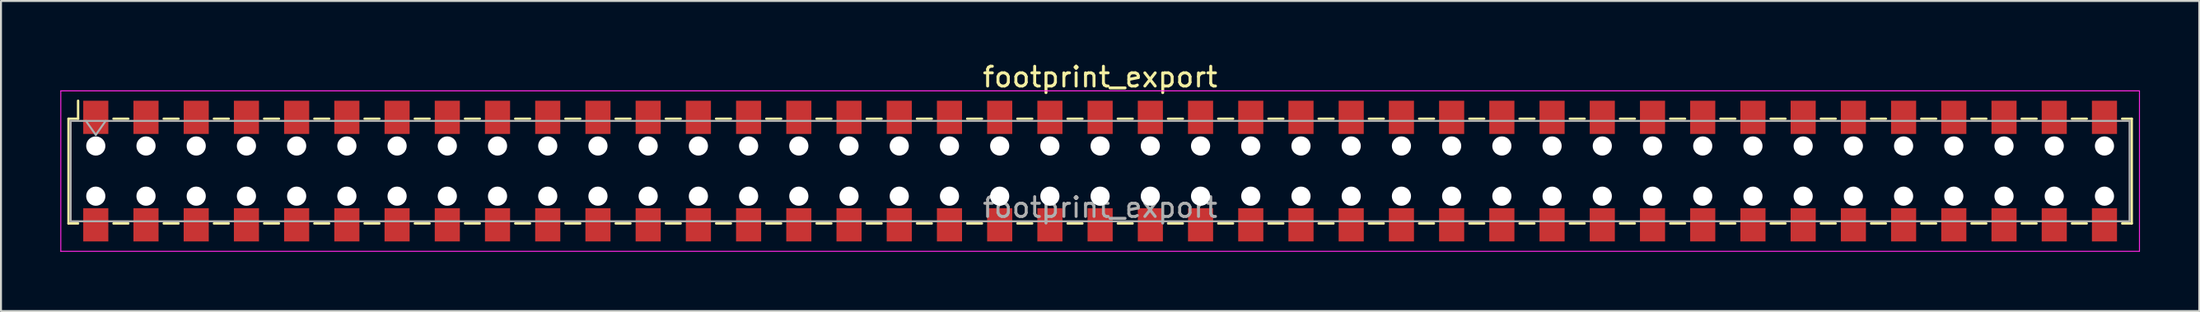
<source format=kicad_pcb>
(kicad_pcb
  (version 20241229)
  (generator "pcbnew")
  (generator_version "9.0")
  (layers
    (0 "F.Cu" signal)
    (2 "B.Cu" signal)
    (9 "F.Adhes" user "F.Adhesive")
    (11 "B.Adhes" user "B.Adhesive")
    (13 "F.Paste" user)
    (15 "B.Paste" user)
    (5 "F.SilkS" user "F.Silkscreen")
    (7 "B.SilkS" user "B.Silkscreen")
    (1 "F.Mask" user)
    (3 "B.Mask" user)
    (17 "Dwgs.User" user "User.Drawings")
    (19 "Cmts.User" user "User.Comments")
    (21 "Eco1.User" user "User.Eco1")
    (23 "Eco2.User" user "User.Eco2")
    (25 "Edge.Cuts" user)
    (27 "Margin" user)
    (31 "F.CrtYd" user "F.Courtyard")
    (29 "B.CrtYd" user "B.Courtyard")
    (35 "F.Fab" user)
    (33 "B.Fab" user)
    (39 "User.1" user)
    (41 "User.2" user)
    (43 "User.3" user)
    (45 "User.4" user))
  (footprint "footprint_export"
    (layer "F.Cu")
    (at 52.595 5.608)
    (property "Reference" "footprint_export" (at 0 -4.76 0) (layer "F.SilkS") (effects (font (size 1 1) (thickness 0.15))))
    (attr smd)
    (fp_line (start -52.18 -2.65) (end -52.18 2.65) (stroke (width 0.12) (type solid)) (layer "F.SilkS"))
    (fp_line (start -52.18 2.65) (end -51.695 2.65) (stroke (width 0.12) (type solid)) (layer "F.SilkS"))
    (fp_line (start -51.695 -3.56) (end -51.695 -2.65) (stroke (width 0.12) (type solid)) (layer "F.SilkS"))
    (fp_line (start -51.695 -2.65) (end -52.18 -2.65) (stroke (width 0.12) (type solid)) (layer "F.SilkS"))
    (fp_line (start -49.905 -2.65) (end -49.155 -2.65) (stroke (width 0.12) (type solid)) (layer "F.SilkS"))
    (fp_line (start -49.905 2.65) (end -49.155 2.65) (stroke (width 0.12) (type solid)) (layer "F.SilkS"))
    (fp_line (start -47.365 -2.65) (end -46.615 -2.65) (stroke (width 0.12) (type solid)) (layer "F.SilkS"))
    (fp_line (start -47.365 2.65) (end -46.615 2.65) (stroke (width 0.12) (type solid)) (layer "F.SilkS"))
    (fp_line (start -44.825 -2.65) (end -44.075 -2.65) (stroke (width 0.12) (type solid)) (layer "F.SilkS"))
    (fp_line (start -44.825 2.65) (end -44.075 2.65) (stroke (width 0.12) (type solid)) (layer "F.SilkS"))
    (fp_line (start -42.285 -2.65) (end -41.535 -2.65) (stroke (width 0.12) (type solid)) (layer "F.SilkS"))
    (fp_line (start -42.285 2.65) (end -41.535 2.65) (stroke (width 0.12) (type solid)) (layer "F.SilkS"))
    (fp_line (start -39.745 -2.65) (end -38.995 -2.65) (stroke (width 0.12) (type solid)) (layer "F.SilkS"))
    (fp_line (start -39.745 2.65) (end -38.995 2.65) (stroke (width 0.12) (type solid)) (layer "F.SilkS"))
    (fp_line (start -37.205 -2.65) (end -36.455 -2.65) (stroke (width 0.12) (type solid)) (layer "F.SilkS"))
    (fp_line (start -37.205 2.65) (end -36.455 2.65) (stroke (width 0.12) (type solid)) (layer "F.SilkS"))
    (fp_line (start -34.665 -2.65) (end -33.915 -2.65) (stroke (width 0.12) (type solid)) (layer "F.SilkS"))
    (fp_line (start -34.665 2.65) (end -33.915 2.65) (stroke (width 0.12) (type solid)) (layer "F.SilkS"))
    (fp_line (start -32.125 -2.65) (end -31.375 -2.65) (stroke (width 0.12) (type solid)) (layer "F.SilkS"))
    (fp_line (start -32.125 2.65) (end -31.375 2.65) (stroke (width 0.12) (type solid)) (layer "F.SilkS"))
    (fp_line (start -29.585 -2.65) (end -28.835 -2.65) (stroke (width 0.12) (type solid)) (layer "F.SilkS"))
    (fp_line (start -29.585 2.65) (end -28.835 2.65) (stroke (width 0.12) (type solid)) (layer "F.SilkS"))
    (fp_line (start -27.045 -2.65) (end -26.295 -2.65) (stroke (width 0.12) (type solid)) (layer "F.SilkS"))
    (fp_line (start -27.045 2.65) (end -26.295 2.65) (stroke (width 0.12) (type solid)) (layer "F.SilkS"))
    (fp_line (start -24.505 -2.65) (end -23.755 -2.65) (stroke (width 0.12) (type solid)) (layer "F.SilkS"))
    (fp_line (start -24.505 2.65) (end -23.755 2.65) (stroke (width 0.12) (type solid)) (layer "F.SilkS"))
    (fp_line (start -21.965 -2.65) (end -21.215 -2.65) (stroke (width 0.12) (type solid)) (layer "F.SilkS"))
    (fp_line (start -21.965 2.65) (end -21.215 2.65) (stroke (width 0.12) (type solid)) (layer "F.SilkS"))
    (fp_line (start -19.425 -2.65) (end -18.675 -2.65) (stroke (width 0.12) (type solid)) (layer "F.SilkS"))
    (fp_line (start -19.425 2.65) (end -18.675 2.65) (stroke (width 0.12) (type solid)) (layer "F.SilkS"))
    (fp_line (start -16.885 -2.65) (end -16.135 -2.65) (stroke (width 0.12) (type solid)) (layer "F.SilkS"))
    (fp_line (start -16.885 2.65) (end -16.135 2.65) (stroke (width 0.12) (type solid)) (layer "F.SilkS"))
    (fp_line (start -14.345 -2.65) (end -13.595 -2.65) (stroke (width 0.12) (type solid)) (layer "F.SilkS"))
    (fp_line (start -14.345 2.65) (end -13.595 2.65) (stroke (width 0.12) (type solid)) (layer "F.SilkS"))
    (fp_line (start -11.805 -2.65) (end -11.055 -2.65) (stroke (width 0.12) (type solid)) (layer "F.SilkS"))
    (fp_line (start -11.805 2.65) (end -11.055 2.65) (stroke (width 0.12) (type solid)) (layer "F.SilkS"))
    (fp_line (start -9.265 -2.65) (end -8.515 -2.65) (stroke (width 0.12) (type solid)) (layer "F.SilkS"))
    (fp_line (start -9.265 2.65) (end -8.515 2.65) (stroke (width 0.12) (type solid)) (layer "F.SilkS"))
    (fp_line (start -6.725 -2.65) (end -5.975 -2.65) (stroke (width 0.12) (type solid)) (layer "F.SilkS"))
    (fp_line (start -6.725 2.65) (end -5.975 2.65) (stroke (width 0.12) (type solid)) (layer "F.SilkS"))
    (fp_line (start -4.185 -2.65) (end -3.435 -2.65) (stroke (width 0.12) (type solid)) (layer "F.SilkS"))
    (fp_line (start -4.185 2.65) (end -3.435 2.65) (stroke (width 0.12) (type solid)) (layer "F.SilkS"))
    (fp_line (start -1.645 -2.65) (end -0.895 -2.65) (stroke (width 0.12) (type solid)) (layer "F.SilkS"))
    (fp_line (start -1.645 2.65) (end -0.895 2.65) (stroke (width 0.12) (type solid)) (layer "F.SilkS"))
    (fp_line (start 0.895 -2.65) (end 1.645 -2.65) (stroke (width 0.12) (type solid)) (layer "F.SilkS"))
    (fp_line (start 0.895 2.65) (end 1.645 2.65) (stroke (width 0.12) (type solid)) (layer "F.SilkS"))
    (fp_line (start 3.435 -2.65) (end 4.185 -2.65) (stroke (width 0.12) (type solid)) (layer "F.SilkS"))
    (fp_line (start 3.435 2.65) (end 4.185 2.65) (stroke (width 0.12) (type solid)) (layer "F.SilkS"))
    (fp_line (start 5.975 -2.65) (end 6.725 -2.65) (stroke (width 0.12) (type solid)) (layer "F.SilkS"))
    (fp_line (start 5.975 2.65) (end 6.725 2.65) (stroke (width 0.12) (type solid)) (layer "F.SilkS"))
    (fp_line (start 8.515 -2.65) (end 9.265 -2.65) (stroke (width 0.12) (type solid)) (layer "F.SilkS"))
    (fp_line (start 8.515 2.65) (end 9.265 2.65) (stroke (width 0.12) (type solid)) (layer "F.SilkS"))
    (fp_line (start 11.055 -2.65) (end 11.805 -2.65) (stroke (width 0.12) (type solid)) (layer "F.SilkS"))
    (fp_line (start 11.055 2.65) (end 11.805 2.65) (stroke (width 0.12) (type solid)) (layer "F.SilkS"))
    (fp_line (start 13.595 -2.65) (end 14.345 -2.65) (stroke (width 0.12) (type solid)) (layer "F.SilkS"))
    (fp_line (start 13.595 2.65) (end 14.345 2.65) (stroke (width 0.12) (type solid)) (layer "F.SilkS"))
    (fp_line (start 16.135 -2.65) (end 16.885 -2.65) (stroke (width 0.12) (type solid)) (layer "F.SilkS"))
    (fp_line (start 16.135 2.65) (end 16.885 2.65) (stroke (width 0.12) (type solid)) (layer "F.SilkS"))
    (fp_line (start 18.675 -2.65) (end 19.425 -2.65) (stroke (width 0.12) (type solid)) (layer "F.SilkS"))
    (fp_line (start 18.675 2.65) (end 19.425 2.65) (stroke (width 0.12) (type solid)) (layer "F.SilkS"))
    (fp_line (start 21.215 -2.65) (end 21.965 -2.65) (stroke (width 0.12) (type solid)) (layer "F.SilkS"))
    (fp_line (start 21.215 2.65) (end 21.965 2.65) (stroke (width 0.12) (type solid)) (layer "F.SilkS"))
    (fp_line (start 23.755 -2.65) (end 24.505 -2.65) (stroke (width 0.12) (type solid)) (layer "F.SilkS"))
    (fp_line (start 23.755 2.65) (end 24.505 2.65) (stroke (width 0.12) (type solid)) (layer "F.SilkS"))
    (fp_line (start 26.295 -2.65) (end 27.045 -2.65) (stroke (width 0.12) (type solid)) (layer "F.SilkS"))
    (fp_line (start 26.295 2.65) (end 27.045 2.65) (stroke (width 0.12) (type solid)) (layer "F.SilkS"))
    (fp_line (start 28.835 -2.65) (end 29.585 -2.65) (stroke (width 0.12) (type solid)) (layer "F.SilkS"))
    (fp_line (start 28.835 2.65) (end 29.585 2.65) (stroke (width 0.12) (type solid)) (layer "F.SilkS"))
    (fp_line (start 31.375 -2.65) (end 32.125 -2.65) (stroke (width 0.12) (type solid)) (layer "F.SilkS"))
    (fp_line (start 31.375 2.65) (end 32.125 2.65) (stroke (width 0.12) (type solid)) (layer "F.SilkS"))
    (fp_line (start 33.915 -2.65) (end 34.665 -2.65) (stroke (width 0.12) (type solid)) (layer "F.SilkS"))
    (fp_line (start 33.915 2.65) (end 34.665 2.65) (stroke (width 0.12) (type solid)) (layer "F.SilkS"))
    (fp_line (start 36.455 -2.65) (end 37.205 -2.65) (stroke (width 0.12) (type solid)) (layer "F.SilkS"))
    (fp_line (start 36.455 2.65) (end 37.205 2.65) (stroke (width 0.12) (type solid)) (layer "F.SilkS"))
    (fp_line (start 38.995 -2.65) (end 39.745 -2.65) (stroke (width 0.12) (type solid)) (layer "F.SilkS"))
    (fp_line (start 38.995 2.65) (end 39.745 2.65) (stroke (width 0.12) (type solid)) (layer "F.SilkS"))
    (fp_line (start 41.535 -2.65) (end 42.285 -2.65) (stroke (width 0.12) (type solid)) (layer "F.SilkS"))
    (fp_line (start 41.535 2.65) (end 42.285 2.65) (stroke (width 0.12) (type solid)) (layer "F.SilkS"))
    (fp_line (start 44.075 -2.65) (end 44.825 -2.65) (stroke (width 0.12) (type solid)) (layer "F.SilkS"))
    (fp_line (start 44.075 2.65) (end 44.825 2.65) (stroke (width 0.12) (type solid)) (layer "F.SilkS"))
    (fp_line (start 46.615 -2.65) (end 47.365 -2.65) (stroke (width 0.12) (type solid)) (layer "F.SilkS"))
    (fp_line (start 46.615 2.65) (end 47.365 2.65) (stroke (width 0.12) (type solid)) (layer "F.SilkS"))
    (fp_line (start 49.155 -2.65) (end 49.905 -2.65) (stroke (width 0.12) (type solid)) (layer "F.SilkS"))
    (fp_line (start 49.155 2.65) (end 49.905 2.65) (stroke (width 0.12) (type solid)) (layer "F.SilkS"))
    (fp_line (start 51.695 -2.65) (end 52.18 -2.65) (stroke (width 0.12) (type solid)) (layer "F.SilkS"))
    (fp_line (start 52.18 -2.65) (end 52.18 2.65) (stroke (width 0.12) (type solid)) (layer "F.SilkS"))
    (fp_line (start 52.18 2.65) (end 51.695 2.65) (stroke (width 0.12) (type solid)) (layer "F.SilkS"))
    (fp_line (start -52.57 -4.06) (end 52.57 -4.06) (stroke (width 0.05) (type solid)) (layer "F.CrtYd"))
    (fp_line (start -52.57 4.06) (end -52.57 -4.06) (stroke (width 0.05) (type solid)) (layer "F.CrtYd"))
    (fp_line (start 52.57 -4.06) (end 52.57 4.06) (stroke (width 0.05) (type solid)) (layer "F.CrtYd"))
    (fp_line (start 52.57 4.06) (end -52.57 4.06) (stroke (width 0.05) (type solid)) (layer "F.CrtYd"))
    (fp_line (start -52.07 -2.54) (end 52.07 -2.54) (stroke (width 0.1) (type solid)) (layer "F.Fab"))
    (fp_line (start -52.07 2.54) (end -52.07 -2.54) (stroke (width 0.1) (type solid)) (layer "F.Fab"))
    (fp_line (start -51.3 -2.54) (end -50.8 -1.833) (stroke (width 0.1) (type solid)) (layer "F.Fab"))
    (fp_line (start -50.8 -1.833) (end -50.3 -2.54) (stroke (width 0.1) (type solid)) (layer "F.Fab"))
    (fp_line (start 52.07 -2.54) (end 52.07 2.54) (stroke (width 0.1) (type solid)) (layer "F.Fab"))
    (fp_line (start 52.07 2.54) (end -52.07 2.54) (stroke (width 0.1) (type solid)) (layer "F.Fab"))
    (fp_text user "${REFERENCE}" (at 0 1.84 0) (layer "F.Fab") (effects (font (size 1 1) (thickness 0.15))))
    (pad "" np_thru_hole circle (at -50.8 -1.27) (size 0.97 0.97) (drill 0.97) (layers "*.Cu" "*.Mask"))
    (pad "" np_thru_hole circle (at -50.8 1.27) (size 0.97 0.97) (drill 0.97) (layers "*.Cu" "*.Mask"))
    (pad "" np_thru_hole circle (at -48.26 -1.27) (size 0.97 0.97) (drill 0.97) (layers "*.Cu" "*.Mask"))
    (pad "" np_thru_hole circle (at -48.26 1.27) (size 0.97 0.97) (drill 0.97) (layers "*.Cu" "*.Mask"))
    (pad "" np_thru_hole circle (at -45.72 -1.27) (size 0.97 0.97) (drill 0.97) (layers "*.Cu" "*.Mask"))
    (pad "" np_thru_hole circle (at -45.72 1.27) (size 0.97 0.97) (drill 0.97) (layers "*.Cu" "*.Mask"))
    (pad "" np_thru_hole circle (at -43.18 -1.27) (size 0.97 0.97) (drill 0.97) (layers "*.Cu" "*.Mask"))
    (pad "" np_thru_hole circle (at -43.18 1.27) (size 0.97 0.97) (drill 0.97) (layers "*.Cu" "*.Mask"))
    (pad "" np_thru_hole circle (at -40.64 -1.27) (size 0.97 0.97) (drill 0.97) (layers "*.Cu" "*.Mask"))
    (pad "" np_thru_hole circle (at -40.64 1.27) (size 0.97 0.97) (drill 0.97) (layers "*.Cu" "*.Mask"))
    (pad "" np_thru_hole circle (at -38.1 -1.27) (size 0.97 0.97) (drill 0.97) (layers "*.Cu" "*.Mask"))
    (pad "" np_thru_hole circle (at -38.1 1.27) (size 0.97 0.97) (drill 0.97) (layers "*.Cu" "*.Mask"))
    (pad "" np_thru_hole circle (at -35.56 -1.27) (size 0.97 0.97) (drill 0.97) (layers "*.Cu" "*.Mask"))
    (pad "" np_thru_hole circle (at -35.56 1.27) (size 0.97 0.97) (drill 0.97) (layers "*.Cu" "*.Mask"))
    (pad "" np_thru_hole circle (at -33.02 -1.27) (size 0.97 0.97) (drill 0.97) (layers "*.Cu" "*.Mask"))
    (pad "" np_thru_hole circle (at -33.02 1.27) (size 0.97 0.97) (drill 0.97) (layers "*.Cu" "*.Mask"))
    (pad "" np_thru_hole circle (at -30.48 -1.27) (size 0.97 0.97) (drill 0.97) (layers "*.Cu" "*.Mask"))
    (pad "" np_thru_hole circle (at -30.48 1.27) (size 0.97 0.97) (drill 0.97) (layers "*.Cu" "*.Mask"))
    (pad "" np_thru_hole circle (at -27.94 -1.27) (size 0.97 0.97) (drill 0.97) (layers "*.Cu" "*.Mask"))
    (pad "" np_thru_hole circle (at -27.94 1.27) (size 0.97 0.97) (drill 0.97) (layers "*.Cu" "*.Mask"))
    (pad "" np_thru_hole circle (at -25.4 -1.27) (size 0.97 0.97) (drill 0.97) (layers "*.Cu" "*.Mask"))
    (pad "" np_thru_hole circle (at -25.4 1.27) (size 0.97 0.97) (drill 0.97) (layers "*.Cu" "*.Mask"))
    (pad "" np_thru_hole circle (at -22.86 -1.27) (size 0.97 0.97) (drill 0.97) (layers "*.Cu" "*.Mask"))
    (pad "" np_thru_hole circle (at -22.86 1.27) (size 0.97 0.97) (drill 0.97) (layers "*.Cu" "*.Mask"))
    (pad "" np_thru_hole circle (at -20.32 -1.27) (size 0.97 0.97) (drill 0.97) (layers "*.Cu" "*.Mask"))
    (pad "" np_thru_hole circle (at -20.32 1.27) (size 0.97 0.97) (drill 0.97) (layers "*.Cu" "*.Mask"))
    (pad "" np_thru_hole circle (at -17.78 -1.27) (size 0.97 0.97) (drill 0.97) (layers "*.Cu" "*.Mask"))
    (pad "" np_thru_hole circle (at -17.78 1.27) (size 0.97 0.97) (drill 0.97) (layers "*.Cu" "*.Mask"))
    (pad "" np_thru_hole circle (at -15.24 -1.27) (size 0.97 0.97) (drill 0.97) (layers "*.Cu" "*.Mask"))
    (pad "" np_thru_hole circle (at -15.24 1.27) (size 0.97 0.97) (drill 0.97) (layers "*.Cu" "*.Mask"))
    (pad "" np_thru_hole circle (at -12.7 -1.27) (size 0.97 0.97) (drill 0.97) (layers "*.Cu" "*.Mask"))
    (pad "" np_thru_hole circle (at -12.7 1.27) (size 0.97 0.97) (drill 0.97) (layers "*.Cu" "*.Mask"))
    (pad "" np_thru_hole circle (at -10.16 -1.27) (size 0.97 0.97) (drill 0.97) (layers "*.Cu" "*.Mask"))
    (pad "" np_thru_hole circle (at -10.16 1.27) (size 0.97 0.97) (drill 0.97) (layers "*.Cu" "*.Mask"))
    (pad "" np_thru_hole circle (at -7.62 -1.27) (size 0.97 0.97) (drill 0.97) (layers "*.Cu" "*.Mask"))
    (pad "" np_thru_hole circle (at -7.62 1.27) (size 0.97 0.97) (drill 0.97) (layers "*.Cu" "*.Mask"))
    (pad "" np_thru_hole circle (at -5.08 -1.27) (size 0.97 0.97) (drill 0.97) (layers "*.Cu" "*.Mask"))
    (pad "" np_thru_hole circle (at -5.08 1.27) (size 0.97 0.97) (drill 0.97) (layers "*.Cu" "*.Mask"))
    (pad "" np_thru_hole circle (at -2.54 -1.27) (size 0.97 0.97) (drill 0.97) (layers "*.Cu" "*.Mask"))
    (pad "" np_thru_hole circle (at -2.54 1.27) (size 0.97 0.97) (drill 0.97) (layers "*.Cu" "*.Mask"))
    (pad "" np_thru_hole circle (at 0 -1.27) (size 0.97 0.97) (drill 0.97) (layers "*.Cu" "*.Mask"))
    (pad "" np_thru_hole circle (at 0 1.27) (size 0.97 0.97) (drill 0.97) (layers "*.Cu" "*.Mask"))
    (pad "" np_thru_hole circle (at 2.54 -1.27) (size 0.97 0.97) (drill 0.97) (layers "*.Cu" "*.Mask"))
    (pad "" np_thru_hole circle (at 2.54 1.27) (size 0.97 0.97) (drill 0.97) (layers "*.Cu" "*.Mask"))
    (pad "" np_thru_hole circle (at 5.08 -1.27) (size 0.97 0.97) (drill 0.97) (layers "*.Cu" "*.Mask"))
    (pad "" np_thru_hole circle (at 5.08 1.27) (size 0.97 0.97) (drill 0.97) (layers "*.Cu" "*.Mask"))
    (pad "" np_thru_hole circle (at 7.62 -1.27) (size 0.97 0.97) (drill 0.97) (layers "*.Cu" "*.Mask"))
    (pad "" np_thru_hole circle (at 7.62 1.27) (size 0.97 0.97) (drill 0.97) (layers "*.Cu" "*.Mask"))
    (pad "" np_thru_hole circle (at 10.16 -1.27) (size 0.97 0.97) (drill 0.97) (layers "*.Cu" "*.Mask"))
    (pad "" np_thru_hole circle (at 10.16 1.27) (size 0.97 0.97) (drill 0.97) (layers "*.Cu" "*.Mask"))
    (pad "" np_thru_hole circle (at 12.7 -1.27) (size 0.97 0.97) (drill 0.97) (layers "*.Cu" "*.Mask"))
    (pad "" np_thru_hole circle (at 12.7 1.27) (size 0.97 0.97) (drill 0.97) (layers "*.Cu" "*.Mask"))
    (pad "" np_thru_hole circle (at 15.24 -1.27) (size 0.97 0.97) (drill 0.97) (layers "*.Cu" "*.Mask"))
    (pad "" np_thru_hole circle (at 15.24 1.27) (size 0.97 0.97) (drill 0.97) (layers "*.Cu" "*.Mask"))
    (pad "" np_thru_hole circle (at 17.78 -1.27) (size 0.97 0.97) (drill 0.97) (layers "*.Cu" "*.Mask"))
    (pad "" np_thru_hole circle (at 17.78 1.27) (size 0.97 0.97) (drill 0.97) (layers "*.Cu" "*.Mask"))
    (pad "" np_thru_hole circle (at 20.32 -1.27) (size 0.97 0.97) (drill 0.97) (layers "*.Cu" "*.Mask"))
    (pad "" np_thru_hole circle (at 20.32 1.27) (size 0.97 0.97) (drill 0.97) (layers "*.Cu" "*.Mask"))
    (pad "" np_thru_hole circle (at 22.86 -1.27) (size 0.97 0.97) (drill 0.97) (layers "*.Cu" "*.Mask"))
    (pad "" np_thru_hole circle (at 22.86 1.27) (size 0.97 0.97) (drill 0.97) (layers "*.Cu" "*.Mask"))
    (pad "" np_thru_hole circle (at 25.4 -1.27) (size 0.97 0.97) (drill 0.97) (layers "*.Cu" "*.Mask"))
    (pad "" np_thru_hole circle (at 25.4 1.27) (size 0.97 0.97) (drill 0.97) (layers "*.Cu" "*.Mask"))
    (pad "" np_thru_hole circle (at 27.94 -1.27) (size 0.97 0.97) (drill 0.97) (layers "*.Cu" "*.Mask"))
    (pad "" np_thru_hole circle (at 27.94 1.27) (size 0.97 0.97) (drill 0.97) (layers "*.Cu" "*.Mask"))
    (pad "" np_thru_hole circle (at 30.48 -1.27) (size 0.97 0.97) (drill 0.97) (layers "*.Cu" "*.Mask"))
    (pad "" np_thru_hole circle (at 30.48 1.27) (size 0.97 0.97) (drill 0.97) (layers "*.Cu" "*.Mask"))
    (pad "" np_thru_hole circle (at 33.02 -1.27) (size 0.97 0.97) (drill 0.97) (layers "*.Cu" "*.Mask"))
    (pad "" np_thru_hole circle (at 33.02 1.27) (size 0.97 0.97) (drill 0.97) (layers "*.Cu" "*.Mask"))
    (pad "" np_thru_hole circle (at 35.56 -1.27) (size 0.97 0.97) (drill 0.97) (layers "*.Cu" "*.Mask"))
    (pad "" np_thru_hole circle (at 35.56 1.27) (size 0.97 0.97) (drill 0.97) (layers "*.Cu" "*.Mask"))
    (pad "" np_thru_hole circle (at 38.1 -1.27) (size 0.97 0.97) (drill 0.97) (layers "*.Cu" "*.Mask"))
    (pad "" np_thru_hole circle (at 38.1 1.27) (size 0.97 0.97) (drill 0.97) (layers "*.Cu" "*.Mask"))
    (pad "" np_thru_hole circle (at 40.64 -1.27) (size 0.97 0.97) (drill 0.97) (layers "*.Cu" "*.Mask"))
    (pad "" np_thru_hole circle (at 40.64 1.27) (size 0.97 0.97) (drill 0.97) (layers "*.Cu" "*.Mask"))
    (pad "" np_thru_hole circle (at 43.18 -1.27) (size 0.97 0.97) (drill 0.97) (layers "*.Cu" "*.Mask"))
    (pad "" np_thru_hole circle (at 43.18 1.27) (size 0.97 0.97) (drill 0.97) (layers "*.Cu" "*.Mask"))
    (pad "" np_thru_hole circle (at 45.72 -1.27) (size 0.97 0.97) (drill 0.97) (layers "*.Cu" "*.Mask"))
    (pad "" np_thru_hole circle (at 45.72 1.27) (size 0.97 0.97) (drill 0.97) (layers "*.Cu" "*.Mask"))
    (pad "" np_thru_hole circle (at 48.26 -1.27) (size 0.97 0.97) (drill 0.97) (layers "*.Cu" "*.Mask"))
    (pad "" np_thru_hole circle (at 48.26 1.27) (size 0.97 0.97) (drill 0.97) (layers "*.Cu" "*.Mask"))
    (pad "" np_thru_hole circle (at 50.8 -1.27) (size 0.97 0.97) (drill 0.97) (layers "*.Cu" "*.Mask"))
    (pad "" np_thru_hole circle (at 50.8 1.27) (size 0.97 0.97) (drill 0.97) (layers "*.Cu" "*.Mask"))
    (pad "1" smd rect (at -50.8 -2.72) (size 1.27 1.68) (layers "F.Cu" "F.Mask" "F.Paste"))
    (pad "2" smd rect (at -50.8 2.72) (size 1.27 1.68) (layers "F.Cu" "F.Mask" "F.Paste"))
    (pad "3" smd rect (at -48.26 -2.72) (size 1.27 1.68) (layers "F.Cu" "F.Mask" "F.Paste"))
    (pad "4" smd rect (at -48.26 2.72) (size 1.27 1.68) (layers "F.Cu" "F.Mask" "F.Paste"))
    (pad "5" smd rect (at -45.72 -2.72) (size 1.27 1.68) (layers "F.Cu" "F.Mask" "F.Paste"))
    (pad "6" smd rect (at -45.72 2.72) (size 1.27 1.68) (layers "F.Cu" "F.Mask" "F.Paste"))
    (pad "7" smd rect (at -43.18 -2.72) (size 1.27 1.68) (layers "F.Cu" "F.Mask" "F.Paste"))
    (pad "8" smd rect (at -43.18 2.72) (size 1.27 1.68) (layers "F.Cu" "F.Mask" "F.Paste"))
    (pad "9" smd rect (at -40.64 -2.72) (size 1.27 1.68) (layers "F.Cu" "F.Mask" "F.Paste"))
    (pad "10" smd rect (at -40.64 2.72) (size 1.27 1.68) (layers "F.Cu" "F.Mask" "F.Paste"))
    (pad "11" smd rect (at -38.1 -2.72) (size 1.27 1.68) (layers "F.Cu" "F.Mask" "F.Paste"))
    (pad "12" smd rect (at -38.1 2.72) (size 1.27 1.68) (layers "F.Cu" "F.Mask" "F.Paste"))
    (pad "13" smd rect (at -35.56 -2.72) (size 1.27 1.68) (layers "F.Cu" "F.Mask" "F.Paste"))
    (pad "14" smd rect (at -35.56 2.72) (size 1.27 1.68) (layers "F.Cu" "F.Mask" "F.Paste"))
    (pad "15" smd rect (at -33.02 -2.72) (size 1.27 1.68) (layers "F.Cu" "F.Mask" "F.Paste"))
    (pad "16" smd rect (at -33.02 2.72) (size 1.27 1.68) (layers "F.Cu" "F.Mask" "F.Paste"))
    (pad "17" smd rect (at -30.48 -2.72) (size 1.27 1.68) (layers "F.Cu" "F.Mask" "F.Paste"))
    (pad "18" smd rect (at -30.48 2.72) (size 1.27 1.68) (layers "F.Cu" "F.Mask" "F.Paste"))
    (pad "19" smd rect (at -27.94 -2.72) (size 1.27 1.68) (layers "F.Cu" "F.Mask" "F.Paste"))
    (pad "20" smd rect (at -27.94 2.72) (size 1.27 1.68) (layers "F.Cu" "F.Mask" "F.Paste"))
    (pad "21" smd rect (at -25.4 -2.72) (size 1.27 1.68) (layers "F.Cu" "F.Mask" "F.Paste"))
    (pad "22" smd rect (at -25.4 2.72) (size 1.27 1.68) (layers "F.Cu" "F.Mask" "F.Paste"))
    (pad "23" smd rect (at -22.86 -2.72) (size 1.27 1.68) (layers "F.Cu" "F.Mask" "F.Paste"))
    (pad "24" smd rect (at -22.86 2.72) (size 1.27 1.68) (layers "F.Cu" "F.Mask" "F.Paste"))
    (pad "25" smd rect (at -20.32 -2.72) (size 1.27 1.68) (layers "F.Cu" "F.Mask" "F.Paste"))
    (pad "26" smd rect (at -20.32 2.72) (size 1.27 1.68) (layers "F.Cu" "F.Mask" "F.Paste"))
    (pad "27" smd rect (at -17.78 -2.72) (size 1.27 1.68) (layers "F.Cu" "F.Mask" "F.Paste"))
    (pad "28" smd rect (at -17.78 2.72) (size 1.27 1.68) (layers "F.Cu" "F.Mask" "F.Paste"))
    (pad "29" smd rect (at -15.24 -2.72) (size 1.27 1.68) (layers "F.Cu" "F.Mask" "F.Paste"))
    (pad "30" smd rect (at -15.24 2.72) (size 1.27 1.68) (layers "F.Cu" "F.Mask" "F.Paste"))
    (pad "31" smd rect (at -12.7 -2.72) (size 1.27 1.68) (layers "F.Cu" "F.Mask" "F.Paste"))
    (pad "32" smd rect (at -12.7 2.72) (size 1.27 1.68) (layers "F.Cu" "F.Mask" "F.Paste"))
    (pad "33" smd rect (at -10.16 -2.72) (size 1.27 1.68) (layers "F.Cu" "F.Mask" "F.Paste"))
    (pad "34" smd rect (at -10.16 2.72) (size 1.27 1.68) (layers "F.Cu" "F.Mask" "F.Paste"))
    (pad "35" smd rect (at -7.62 -2.72) (size 1.27 1.68) (layers "F.Cu" "F.Mask" "F.Paste"))
    (pad "36" smd rect (at -7.62 2.72) (size 1.27 1.68) (layers "F.Cu" "F.Mask" "F.Paste"))
    (pad "37" smd rect (at -5.08 -2.72) (size 1.27 1.68) (layers "F.Cu" "F.Mask" "F.Paste"))
    (pad "38" smd rect (at -5.08 2.72) (size 1.27 1.68) (layers "F.Cu" "F.Mask" "F.Paste"))
    (pad "39" smd rect (at -2.54 -2.72) (size 1.27 1.68) (layers "F.Cu" "F.Mask" "F.Paste"))
    (pad "40" smd rect (at -2.54 2.72) (size 1.27 1.68) (layers "F.Cu" "F.Mask" "F.Paste"))
    (pad "41" smd rect (at 0 -2.72) (size 1.27 1.68) (layers "F.Cu" "F.Mask" "F.Paste"))
    (pad "42" smd rect (at 0 2.72) (size 1.27 1.68) (layers "F.Cu" "F.Mask" "F.Paste"))
    (pad "43" smd rect (at 2.54 -2.72) (size 1.27 1.68) (layers "F.Cu" "F.Mask" "F.Paste"))
    (pad "44" smd rect (at 2.54 2.72) (size 1.27 1.68) (layers "F.Cu" "F.Mask" "F.Paste"))
    (pad "45" smd rect (at 5.08 -2.72) (size 1.27 1.68) (layers "F.Cu" "F.Mask" "F.Paste"))
    (pad "46" smd rect (at 5.08 2.72) (size 1.27 1.68) (layers "F.Cu" "F.Mask" "F.Paste"))
    (pad "47" smd rect (at 7.62 -2.72) (size 1.27 1.68) (layers "F.Cu" "F.Mask" "F.Paste"))
    (pad "48" smd rect (at 7.62 2.72) (size 1.27 1.68) (layers "F.Cu" "F.Mask" "F.Paste"))
    (pad "49" smd rect (at 10.16 -2.72) (size 1.27 1.68) (layers "F.Cu" "F.Mask" "F.Paste"))
    (pad "50" smd rect (at 10.16 2.72) (size 1.27 1.68) (layers "F.Cu" "F.Mask" "F.Paste"))
    (pad "51" smd rect (at 12.7 -2.72) (size 1.27 1.68) (layers "F.Cu" "F.Mask" "F.Paste"))
    (pad "52" smd rect (at 12.7 2.72) (size 1.27 1.68) (layers "F.Cu" "F.Mask" "F.Paste"))
    (pad "53" smd rect (at 15.24 -2.72) (size 1.27 1.68) (layers "F.Cu" "F.Mask" "F.Paste"))
    (pad "54" smd rect (at 15.24 2.72) (size 1.27 1.68) (layers "F.Cu" "F.Mask" "F.Paste"))
    (pad "55" smd rect (at 17.78 -2.72) (size 1.27 1.68) (layers "F.Cu" "F.Mask" "F.Paste"))
    (pad "56" smd rect (at 17.78 2.72) (size 1.27 1.68) (layers "F.Cu" "F.Mask" "F.Paste"))
    (pad "57" smd rect (at 20.32 -2.72) (size 1.27 1.68) (layers "F.Cu" "F.Mask" "F.Paste"))
    (pad "58" smd rect (at 20.32 2.72) (size 1.27 1.68) (layers "F.Cu" "F.Mask" "F.Paste"))
    (pad "59" smd rect (at 22.86 -2.72) (size 1.27 1.68) (layers "F.Cu" "F.Mask" "F.Paste"))
    (pad "60" smd rect (at 22.86 2.72) (size 1.27 1.68) (layers "F.Cu" "F.Mask" "F.Paste"))
    (pad "61" smd rect (at 25.4 -2.72) (size 1.27 1.68) (layers "F.Cu" "F.Mask" "F.Paste"))
    (pad "62" smd rect (at 25.4 2.72) (size 1.27 1.68) (layers "F.Cu" "F.Mask" "F.Paste"))
    (pad "63" smd rect (at 27.94 -2.72) (size 1.27 1.68) (layers "F.Cu" "F.Mask" "F.Paste"))
    (pad "64" smd rect (at 27.94 2.72) (size 1.27 1.68) (layers "F.Cu" "F.Mask" "F.Paste"))
    (pad "65" smd rect (at 30.48 -2.72) (size 1.27 1.68) (layers "F.Cu" "F.Mask" "F.Paste"))
    (pad "66" smd rect (at 30.48 2.72) (size 1.27 1.68) (layers "F.Cu" "F.Mask" "F.Paste"))
    (pad "67" smd rect (at 33.02 -2.72) (size 1.27 1.68) (layers "F.Cu" "F.Mask" "F.Paste"))
    (pad "68" smd rect (at 33.02 2.72) (size 1.27 1.68) (layers "F.Cu" "F.Mask" "F.Paste"))
    (pad "69" smd rect (at 35.56 -2.72) (size 1.27 1.68) (layers "F.Cu" "F.Mask" "F.Paste"))
    (pad "70" smd rect (at 35.56 2.72) (size 1.27 1.68) (layers "F.Cu" "F.Mask" "F.Paste"))
    (pad "71" smd rect (at 38.1 -2.72) (size 1.27 1.68) (layers "F.Cu" "F.Mask" "F.Paste"))
    (pad "72" smd rect (at 38.1 2.72) (size 1.27 1.68) (layers "F.Cu" "F.Mask" "F.Paste"))
    (pad "73" smd rect (at 40.64 -2.72) (size 1.27 1.68) (layers "F.Cu" "F.Mask" "F.Paste"))
    (pad "74" smd rect (at 40.64 2.72) (size 1.27 1.68) (layers "F.Cu" "F.Mask" "F.Paste"))
    (pad "75" smd rect (at 43.18 -2.72) (size 1.27 1.68) (layers "F.Cu" "F.Mask" "F.Paste"))
    (pad "76" smd rect (at 43.18 2.72) (size 1.27 1.68) (layers "F.Cu" "F.Mask" "F.Paste"))
    (pad "77" smd rect (at 45.72 -2.72) (size 1.27 1.68) (layers "F.Cu" "F.Mask" "F.Paste"))
    (pad "78" smd rect (at 45.72 2.72) (size 1.27 1.68) (layers "F.Cu" "F.Mask" "F.Paste"))
    (pad "79" smd rect (at 48.26 -2.72) (size 1.27 1.68) (layers "F.Cu" "F.Mask" "F.Paste"))
    (pad "80" smd rect (at 48.26 2.72) (size 1.27 1.68) (layers "F.Cu" "F.Mask" "F.Paste"))
    (pad "81" smd rect (at 50.8 -2.72) (size 1.27 1.68) (layers "F.Cu" "F.Mask" "F.Paste"))
    (pad "82" smd rect (at 50.8 2.72) (size 1.27 1.68) (layers "F.Cu" "F.Mask" "F.Paste")))
  (gr_rect
    (start -3 -3)
    (end 108.19 12.693)
    (stroke (width 0.1) (type default))
    (fill no)
    (layer "Edge.Cuts")))
</source>
